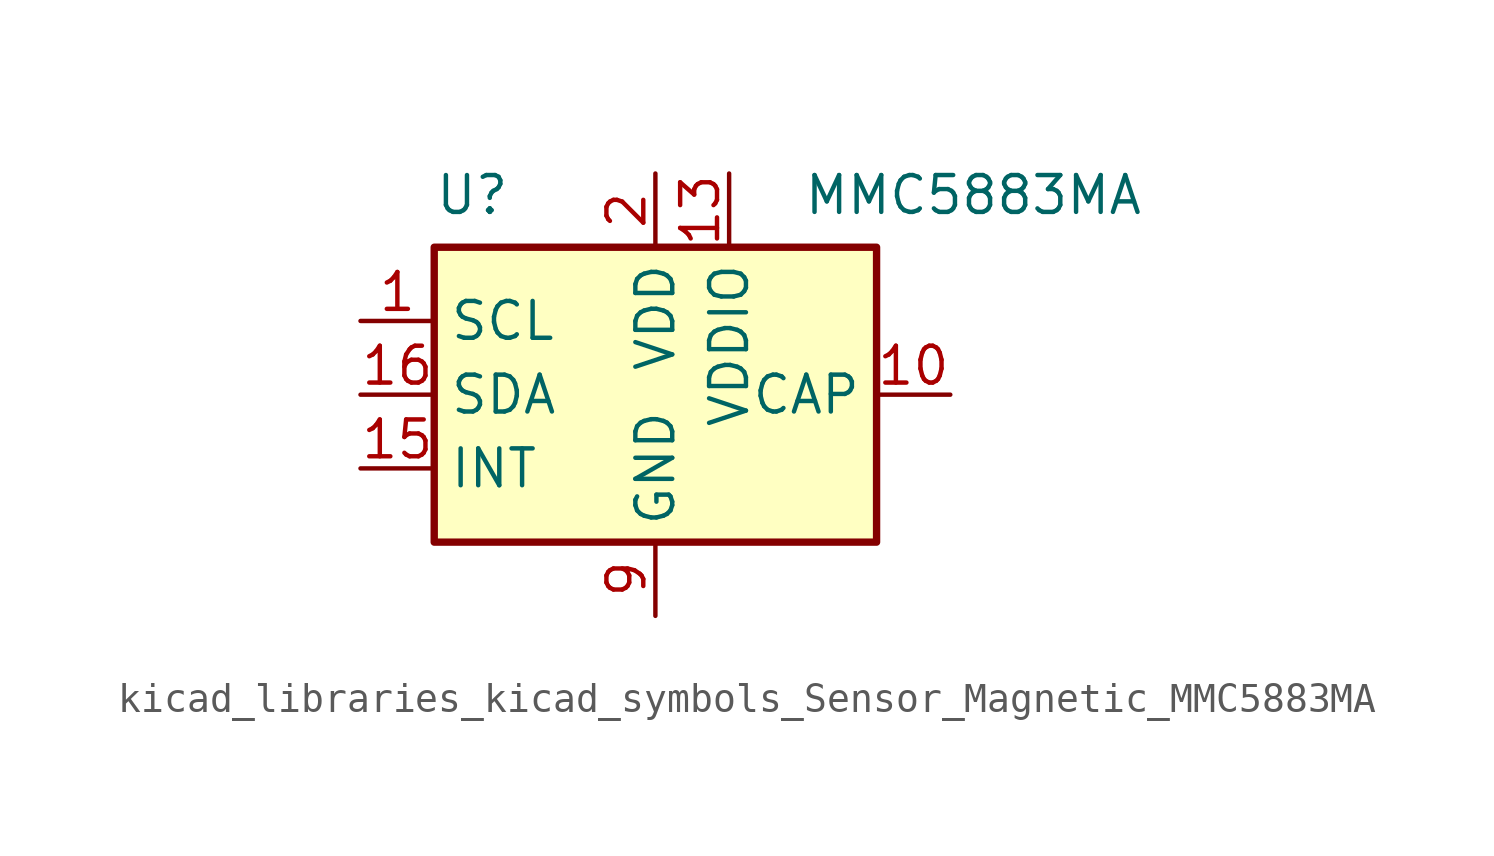
<source format=kicad_sym>
(kicad_symbol_lib
  (version 20220914)
  (generator kicad_symbol_editor)
  (symbol "kicad_libraries_kicad_symbols_Sensor_Magnetic_MMC5883MA"
    (property "Reference" "U"
      (at -7.62 7.62 0)
      (effects (font (size 1.27 1.27)) (justify left top)))
    (property "Value" "MMC5883MA"
      (at 5.08 7.62 0)
      (effects (font (size 1.27 1.27)) (justify left top)))
    (symbol "kicad_libraries_kicad_symbols_Sensor_Magnetic_MMC5883MA_0_1"
      (rectangle (start -7.62 -5.08) (end 7.62 5.08) (stroke (width 0.254) (type default)) (fill (type background))))
    (symbol "kicad_libraries_kicad_symbols_Sensor_Magnetic_MMC5883MA_1_1"
      (pin input line (at -10.16 2.54 0) (length 2.54) (name "SCL" (effects (font (size 1.27 1.27)))) (number "1" (effects (font (size 1.27 1.27)))))
      (pin passive line (at 10.16 0 180) (length 2.54) (name "CAP" (effects (font (size 1.27 1.27)))) (number "10" (effects (font (size 1.27 1.27)))))
      (pin passive line (at 0 -7.62 90) (length 2.54) hide (name "GND" (effects (font (size 1.27 1.27)))) (number "11" (effects (font (size 1.27 1.27)))))
      (pin no_connect line (at 5.08 -5.08 90) (length 2.54) hide (name "NC" (effects (font (size 1.27 1.27)))) (number "12" (effects (font (size 1.27 1.27)))))
      (pin power_in line (at 2.54 7.62 270) (length 2.54) (name "VDDIO" (effects (font (size 1.27 1.27)))) (number "13" (effects (font (size 1.27 1.27)))))
      (pin no_connect line (at -2.54 -5.08 90) (length 2.54) hide (name "NC" (effects (font (size 1.27 1.27)))) (number "14" (effects (font (size 1.27 1.27)))))
      (pin output line (at -10.16 -2.54 0) (length 2.54) (name "INT" (effects (font (size 1.27 1.27)))) (number "15" (effects (font (size 1.27 1.27)))))
      (pin bidirectional line (at -10.16 0 0) (length 2.54) (name "SDA" (effects (font (size 1.27 1.27)))) (number "16" (effects (font (size 1.27 1.27)))))
      (pin power_in line (at 0 7.62 270) (length 2.54) (name "VDD" (effects (font (size 1.27 1.27)))) (number "2" (effects (font (size 1.27 1.27)))))
      (pin no_connect line (at 7.62 -5.08 180) (length 2.54) hide (name "NC" (effects (font (size 1.27 1.27)))) (number "3" (effects (font (size 1.27 1.27)))))
      (pin no_connect line (at 7.62 2.54 180) (length 2.54) hide (name "NC" (effects (font (size 1.27 1.27)))) (number "4" (effects (font (size 1.27 1.27)))))
      (pin no_connect line (at 7.62 5.08 180) (length 2.54) hide (name "NC" (effects (font (size 1.27 1.27)))) (number "5" (effects (font (size 1.27 1.27)))))
      (pin no_connect line (at 7.62 -2.54 180) (length 2.54) hide (name "NC" (effects (font (size 1.27 1.27)))) (number "6" (effects (font (size 1.27 1.27)))))
      (pin no_connect line (at -5.08 -5.08 90) (length 2.54) hide (name "NC" (effects (font (size 1.27 1.27)))) (number "7" (effects (font (size 1.27 1.27)))))
      (pin no_connect line (at 2.54 -5.08 90) (length 2.54) hide (name "NC" (effects (font (size 1.27 1.27)))) (number "8" (effects (font (size 1.27 1.27)))))
      (pin power_in line (at 0 -7.62 90) (length 2.54) (name "GND" (effects (font (size 1.27 1.27)))) (number "9" (effects (font (size 1.27 1.27))))))))
</source>
